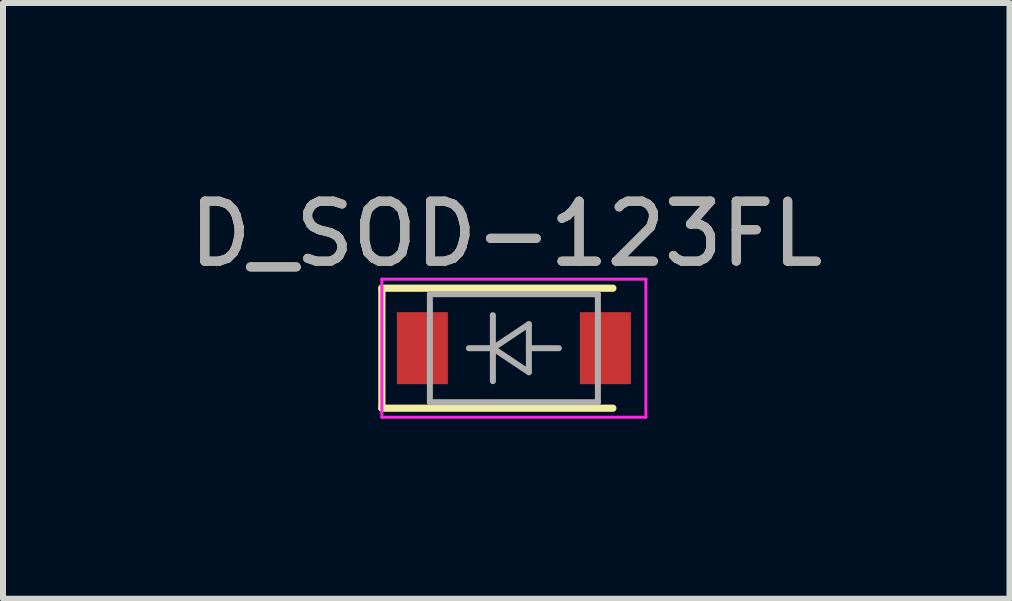
<source format=kicad_pcb>
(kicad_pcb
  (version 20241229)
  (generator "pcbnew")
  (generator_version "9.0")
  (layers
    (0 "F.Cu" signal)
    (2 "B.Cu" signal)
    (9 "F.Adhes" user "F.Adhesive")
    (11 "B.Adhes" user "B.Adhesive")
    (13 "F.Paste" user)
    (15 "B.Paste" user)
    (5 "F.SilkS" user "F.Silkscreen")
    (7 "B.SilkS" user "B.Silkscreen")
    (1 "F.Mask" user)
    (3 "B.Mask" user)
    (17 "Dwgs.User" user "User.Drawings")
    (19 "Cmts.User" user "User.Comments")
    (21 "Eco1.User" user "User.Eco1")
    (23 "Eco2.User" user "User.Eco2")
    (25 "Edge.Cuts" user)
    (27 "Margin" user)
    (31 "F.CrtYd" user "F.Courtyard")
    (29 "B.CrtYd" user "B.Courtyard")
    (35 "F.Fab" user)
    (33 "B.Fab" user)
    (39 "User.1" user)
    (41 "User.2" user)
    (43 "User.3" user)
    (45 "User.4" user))
  (footprint "D_SOD-123FL"
    (layer "F.Cu")
    (at 5.514 2.753)
    (property "Reference" "D_SOD-123FL" (at -0.127 -1.905 0) (layer "F.SilkS") (effects (font (size 1 1) (thickness 0.15))))
    (attr smd)
    (fp_line (start -2.2 -1) (end -2.2 1) (stroke (width 0.12) (type solid)) (layer "F.SilkS"))
    (fp_line (start -2.2 -1) (end 1.65 -1) (stroke (width 0.12) (type solid)) (layer "F.SilkS"))
    (fp_line (start -2.2 1) (end 1.65 1) (stroke (width 0.12) (type solid)) (layer "F.SilkS"))
    (fp_line (start -2.2 -1.15) (end -2.2 1.15) (stroke (width 0.05) (type solid)) (layer "F.CrtYd"))
    (fp_line (start -2.2 -1.15) (end 2.2 -1.15) (stroke (width 0.05) (type solid)) (layer "F.CrtYd"))
    (fp_line (start 2.2 -1.15) (end 2.2 1.15) (stroke (width 0.05) (type solid)) (layer "F.CrtYd"))
    (fp_line (start 2.2 1.15) (end -2.2 1.15) (stroke (width 0.05) (type solid)) (layer "F.CrtYd"))
    (fp_line (start -1.4 -0.9) (end 1.4 -0.9) (stroke (width 0.1) (type solid)) (layer "F.Fab"))
    (fp_line (start -1.4 0.9) (end -1.4 -0.9) (stroke (width 0.1) (type solid)) (layer "F.Fab"))
    (fp_line (start -0.75 0) (end -0.35 0) (stroke (width 0.1) (type solid)) (layer "F.Fab"))
    (fp_line (start -0.35 0) (end -0.35 -0.55) (stroke (width 0.1) (type solid)) (layer "F.Fab"))
    (fp_line (start -0.35 0) (end -0.35 0.55) (stroke (width 0.1) (type solid)) (layer "F.Fab"))
    (fp_line (start -0.35 0) (end 0.25 -0.4) (stroke (width 0.1) (type solid)) (layer "F.Fab"))
    (fp_line (start 0.25 -0.4) (end 0.25 0.4) (stroke (width 0.1) (type solid)) (layer "F.Fab"))
    (fp_line (start 0.25 0) (end 0.75 0) (stroke (width 0.1) (type solid)) (layer "F.Fab"))
    (fp_line (start 0.25 0.4) (end -0.35 0) (stroke (width 0.1) (type solid)) (layer "F.Fab"))
    (fp_line (start 1.4 -0.9) (end 1.4 0.9) (stroke (width 0.1) (type solid)) (layer "F.Fab"))
    (fp_line (start 1.4 0.9) (end -1.4 0.9) (stroke (width 0.1) (type solid)) (layer "F.Fab"))
    (fp_text user "${REFERENCE}" (at -0.127 -1.905 0) (layer "F.Fab") (effects (font (size 1 1) (thickness 0.15))))
    (pad "1" smd rect (at -1.525 0) (size 0.85 1.2) (layers "F.Cu" "F.Mask" "F.Paste"))
    (pad "2" smd rect (at 1.525 0) (size 0.85 1.2) (layers "F.Cu" "F.Mask" "F.Paste")))
  (gr_rect
    (start -3 -3)
    (end 13.774 6.928)
    (stroke (width 0.1) (type default))
    (fill no)
    (layer "Edge.Cuts")))
</source>
